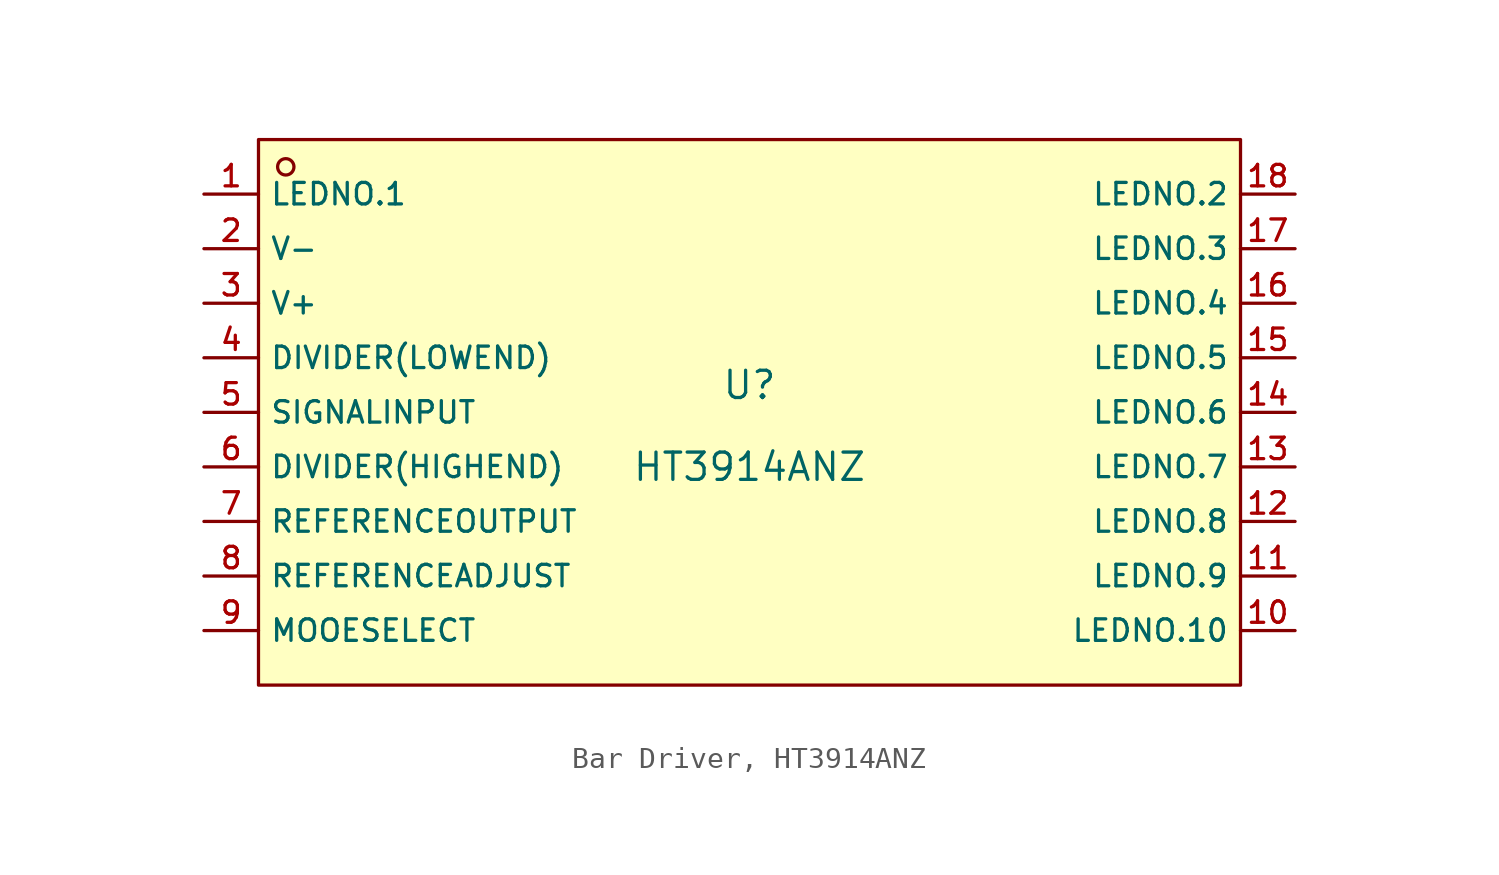
<source format=kicad_sym>
(kicad_symbol_lib
  (version 20231120)
  (generator "CDFER_Archive_Tool")
  (generator_version "0.0")
  (symbol "Bar Driver, HT3914ANZ"
    (property "Reference" "U"
      (at 0 1.27 0)
      (effects (font (size 1.27 1.27))))
    (property "Value" "HT3914ANZ"
      (at 0 -2.54 0)
      (effects (font (size 1.27 1.27))))
    (symbol "Bar Driver, HT3914ANZ_0_1"
      (rectangle (start -22.86 12.7) (end 22.86 -12.7) (stroke (width 0) (type default)) (fill (type background)))
      (circle (center -21.59 11.43) (radius 0.381) (stroke (width 0) (type default)) (fill (type background)))
      (pin unspecified line (at -25.4 10.16 0) (length 2.54) (name "LEDNO.1" (effects (font (size 1 1)))) (number "1" (effects (font (size 1 1)))))
      (pin unspecified line (at 25.4 -10.16 180) (length 2.54) (name "LEDNO.10" (effects (font (size 1 1)))) (number "10" (effects (font (size 1 1)))))
      (pin unspecified line (at 25.4 -7.62 180) (length 2.54) (name "LEDNO.9" (effects (font (size 1 1)))) (number "11" (effects (font (size 1 1)))))
      (pin unspecified line (at 25.4 -5.08 180) (length 2.54) (name "LEDNO.8" (effects (font (size 1 1)))) (number "12" (effects (font (size 1 1)))))
      (pin unspecified line (at 25.4 -2.54 180) (length 2.54) (name "LEDNO.7" (effects (font (size 1 1)))) (number "13" (effects (font (size 1 1)))))
      (pin unspecified line (at 25.4 0 180) (length 2.54) (name "LEDNO.6" (effects (font (size 1 1)))) (number "14" (effects (font (size 1 1)))))
      (pin unspecified line (at 25.4 2.54 180) (length 2.54) (name "LEDNO.5" (effects (font (size 1 1)))) (number "15" (effects (font (size 1 1)))))
      (pin unspecified line (at 25.4 5.08 180) (length 2.54) (name "LEDNO.4" (effects (font (size 1 1)))) (number "16" (effects (font (size 1 1)))))
      (pin unspecified line (at 25.4 7.62 180) (length 2.54) (name "LEDNO.3" (effects (font (size 1 1)))) (number "17" (effects (font (size 1 1)))))
      (pin unspecified line (at 25.4 10.16 180) (length 2.54) (name "LEDNO.2" (effects (font (size 1 1)))) (number "18" (effects (font (size 1 1)))))
      (pin unspecified line (at -25.4 7.62 0) (length 2.54) (name "V-" (effects (font (size 1 1)))) (number "2" (effects (font (size 1 1)))))
      (pin unspecified line (at -25.4 5.08 0) (length 2.54) (name "V+" (effects (font (size 1 1)))) (number "3" (effects (font (size 1 1)))))
      (pin unspecified line (at -25.4 2.54 0) (length 2.54) (name "DIVIDER(LOWEND)" (effects (font (size 1 1)))) (number "4" (effects (font (size 1 1)))))
      (pin unspecified line (at -25.4 0 0) (length 2.54) (name "SIGNALINPUT" (effects (font (size 1 1)))) (number "5" (effects (font (size 1 1)))))
      (pin unspecified line (at -25.4 -2.54 0) (length 2.54) (name "DIVIDER(HIGHEND)" (effects (font (size 1 1)))) (number "6" (effects (font (size 1 1)))))
      (pin unspecified line (at -25.4 -5.08 0) (length 2.54) (name "REFERENCEOUTPUT" (effects (font (size 1 1)))) (number "7" (effects (font (size 1 1)))))
      (pin unspecified line (at -25.4 -7.62 0) (length 2.54) (name "REFERENCEADJUST" (effects (font (size 1 1)))) (number "8" (effects (font (size 1 1)))))
      (pin unspecified line (at -25.4 -10.16 0) (length 2.54) (name "MOOESELECT" (effects (font (size 1 1)))) (number "9" (effects (font (size 1 1))))))))
</source>
